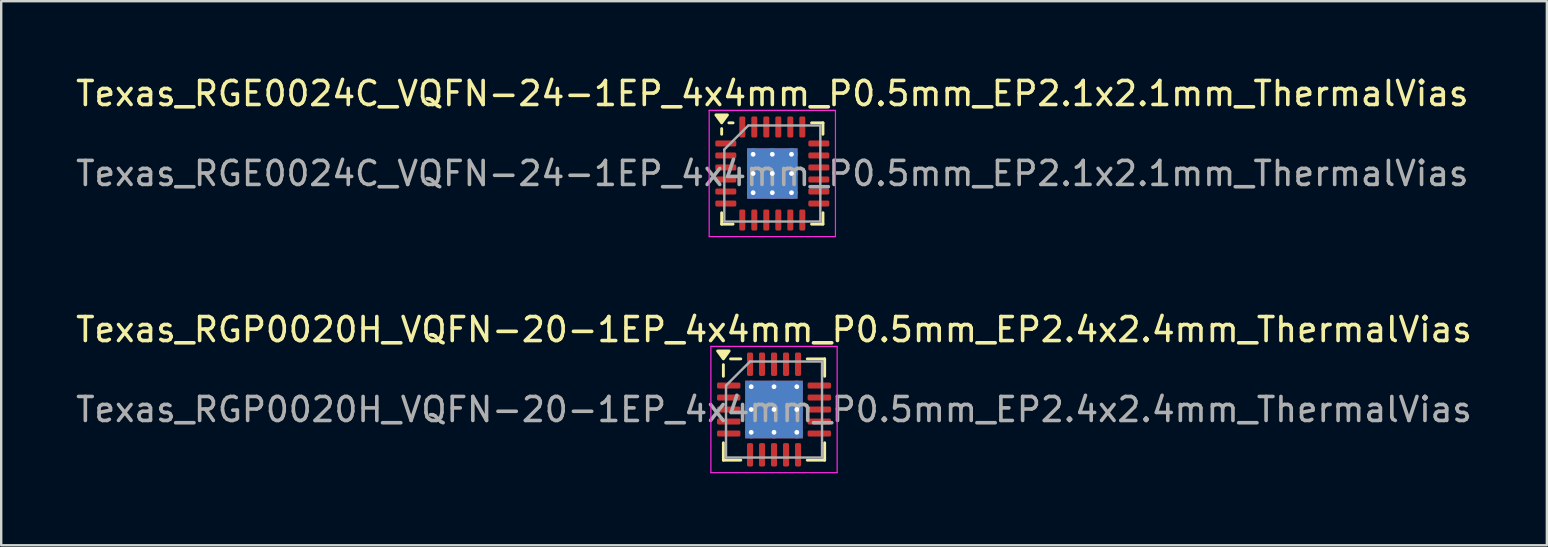
<source format=kicad_pcb>
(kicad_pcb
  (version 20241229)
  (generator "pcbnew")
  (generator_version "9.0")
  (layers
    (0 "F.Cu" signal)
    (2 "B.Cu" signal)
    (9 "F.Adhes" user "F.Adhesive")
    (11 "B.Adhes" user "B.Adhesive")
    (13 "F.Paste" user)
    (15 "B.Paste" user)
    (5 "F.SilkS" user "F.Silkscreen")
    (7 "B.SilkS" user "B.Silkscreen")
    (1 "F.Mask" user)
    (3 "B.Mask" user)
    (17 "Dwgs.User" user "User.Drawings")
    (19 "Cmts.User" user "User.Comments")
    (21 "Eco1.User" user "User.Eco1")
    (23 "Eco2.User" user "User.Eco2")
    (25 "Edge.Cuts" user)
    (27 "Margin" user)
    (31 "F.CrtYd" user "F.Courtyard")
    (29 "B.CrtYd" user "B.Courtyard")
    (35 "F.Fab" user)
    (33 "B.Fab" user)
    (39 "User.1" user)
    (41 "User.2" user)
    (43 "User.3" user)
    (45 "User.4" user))
  (footprint "Texas_RGP0020H_VQFN-20-1EP_4x4mm_P0.5mm_EP2.4x2.4mm_ThermalVias"
    (layer "F.Cu")
    (at 29.196 14.011)
    (property "Reference" "Texas_RGP0020H_VQFN-20-1EP_4x4mm_P0.5mm_EP2.4x2.4mm_ThermalVias" (at 0 -3.33 0) (layer "F.SilkS") (effects (font (size 1 1) (thickness 0.15))))
    (attr smd)
    (fp_line (start -2.11 -1.385) (end -2.11 -1.87) (stroke (width 0.12) (type solid)) (layer "F.SilkS"))
    (fp_line (start -2.11 2.11) (end -2.11 1.385) (stroke (width 0.12) (type solid)) (layer "F.SilkS"))
    (fp_line (start -1.385 -2.11) (end -1.81 -2.11) (stroke (width 0.12) (type solid)) (layer "F.SilkS"))
    (fp_line (start -1.385 2.11) (end -2.11 2.11) (stroke (width 0.12) (type solid)) (layer "F.SilkS"))
    (fp_line (start 1.385 -2.11) (end 2.11 -2.11) (stroke (width 0.12) (type solid)) (layer "F.SilkS"))
    (fp_line (start 1.385 2.11) (end 2.11 2.11) (stroke (width 0.12) (type solid)) (layer "F.SilkS"))
    (fp_line (start 2.11 -2.11) (end 2.11 -1.385) (stroke (width 0.12) (type solid)) (layer "F.SilkS"))
    (fp_line (start 2.11 2.11) (end 2.11 1.385) (stroke (width 0.12) (type solid)) (layer "F.SilkS"))
    (fp_poly (pts (xy -2.11 -2.11) (xy -2.35 -2.44) (xy -1.87 -2.44) (xy -2.11 -2.11)) (stroke (width 0.12) (type solid)) (fill yes) (layer "F.SilkS"))
    (fp_line (start -2.63 -2.63) (end -2.63 2.63) (stroke (width 0.05) (type solid)) (layer "F.CrtYd"))
    (fp_line (start -2.63 2.63) (end 2.63 2.63) (stroke (width 0.05) (type solid)) (layer "F.CrtYd"))
    (fp_line (start 2.63 -2.63) (end -2.63 -2.63) (stroke (width 0.05) (type solid)) (layer "F.CrtYd"))
    (fp_line (start 2.63 2.63) (end 2.63 -2.63) (stroke (width 0.05) (type solid)) (layer "F.CrtYd"))
    (fp_line (start -2 -1) (end -1 -2) (stroke (width 0.1) (type solid)) (layer "F.Fab"))
    (fp_line (start -2 2) (end -2 -1) (stroke (width 0.1) (type solid)) (layer "F.Fab"))
    (fp_line (start -1 -2) (end 2 -2) (stroke (width 0.1) (type solid)) (layer "F.Fab"))
    (fp_line (start 2 -2) (end 2 2) (stroke (width 0.1) (type solid)) (layer "F.Fab"))
    (fp_line (start 2 2) (end -2 2) (stroke (width 0.1) (type solid)) (layer "F.Fab"))
    (fp_text user "${REFERENCE}" (at 0 0 0) (layer "F.Fab") (effects (font (size 1 1) (thickness 0.15))))
    (pad "" smd custom (at -0.475 -0.475) (size 0.72 0.72) (layers "F.Paste") (options (anchor circle)) (primitives (gr_poly (pts (xy -0.296 -0.19) (xy -0.19 -0.296) (xy 0.19 -0.296) (xy 0.296 -0.19) (xy 0.296 0.19) (xy 0.19 0.296) (xy -0.19 0.296) (xy -0.296 0.19)) (width 0.256) (fill yes))))
    (pad "" smd custom (at -0.475 0.475) (size 0.72 0.72) (layers "F.Paste") (options (anchor circle)) (primitives (gr_poly (pts (xy -0.296 -0.19) (xy -0.19 -0.296) (xy 0.19 -0.296) (xy 0.296 -0.19) (xy 0.296 0.19) (xy 0.19 0.296) (xy -0.19 0.296) (xy -0.296 0.19)) (width 0.256) (fill yes))))
    (pad "" smd custom (at 0.475 -0.475) (size 0.72 0.72) (layers "F.Paste") (options (anchor circle)) (primitives (gr_poly (pts (xy -0.296 -0.19) (xy -0.19 -0.296) (xy 0.19 -0.296) (xy 0.296 -0.19) (xy 0.296 0.19) (xy 0.19 0.296) (xy -0.19 0.296) (xy -0.296 0.19)) (width 0.256) (fill yes))))
    (pad "" smd custom (at 0.475 0.475) (size 0.72 0.72) (layers "F.Paste") (options (anchor circle)) (primitives (gr_poly (pts (xy -0.296 -0.19) (xy -0.19 -0.296) (xy 0.19 -0.296) (xy 0.296 -0.19) (xy 0.296 0.19) (xy 0.19 0.296) (xy -0.19 0.296) (xy -0.296 0.19)) (width 0.256) (fill yes))))
    (pad "1" smd roundrect (at -1.887 -1) (size 0.975 0.25) (layers "F.Cu" "F.Mask" "F.Paste") (roundrect_rratio 0.25))
    (pad "2" smd roundrect (at -1.887 -0.5) (size 0.975 0.25) (layers "F.Cu" "F.Mask" "F.Paste") (roundrect_rratio 0.25))
    (pad "3" smd roundrect (at -1.887 0) (size 0.975 0.25) (layers "F.Cu" "F.Mask" "F.Paste") (roundrect_rratio 0.25))
    (pad "4" smd roundrect (at -1.887 0.5) (size 0.975 0.25) (layers "F.Cu" "F.Mask" "F.Paste") (roundrect_rratio 0.25))
    (pad "5" smd roundrect (at -1.887 1) (size 0.975 0.25) (layers "F.Cu" "F.Mask" "F.Paste") (roundrect_rratio 0.25))
    (pad "6" smd roundrect (at -1 1.887) (size 0.25 0.975) (layers "F.Cu" "F.Mask" "F.Paste") (roundrect_rratio 0.25))
    (pad "7" smd roundrect (at -0.5 1.887) (size 0.25 0.975) (layers "F.Cu" "F.Mask" "F.Paste") (roundrect_rratio 0.25))
    (pad "8" smd roundrect (at 0 1.887) (size 0.25 0.975) (layers "F.Cu" "F.Mask" "F.Paste") (roundrect_rratio 0.25))
    (pad "9" smd roundrect (at 0.5 1.887) (size 0.25 0.975) (layers "F.Cu" "F.Mask" "F.Paste") (roundrect_rratio 0.25))
    (pad "10" smd roundrect (at 1 1.887) (size 0.25 0.975) (layers "F.Cu" "F.Mask" "F.Paste") (roundrect_rratio 0.25))
    (pad "11" smd roundrect (at 1.887 1) (size 0.975 0.25) (layers "F.Cu" "F.Mask" "F.Paste") (roundrect_rratio 0.25))
    (pad "12" smd roundrect (at 1.887 0.5) (size 0.975 0.25) (layers "F.Cu" "F.Mask" "F.Paste") (roundrect_rratio 0.25))
    (pad "13" smd roundrect (at 1.887 0) (size 0.975 0.25) (layers "F.Cu" "F.Mask" "F.Paste") (roundrect_rratio 0.25))
    (pad "14" smd roundrect (at 1.887 -0.5) (size 0.975 0.25) (layers "F.Cu" "F.Mask" "F.Paste") (roundrect_rratio 0.25))
    (pad "15" smd roundrect (at 1.887 -1) (size 0.975 0.25) (layers "F.Cu" "F.Mask" "F.Paste") (roundrect_rratio 0.25))
    (pad "16" smd roundrect (at 1 -1.887) (size 0.25 0.975) (layers "F.Cu" "F.Mask" "F.Paste") (roundrect_rratio 0.25))
    (pad "17" smd roundrect (at 0.5 -1.887) (size 0.25 0.975) (layers "F.Cu" "F.Mask" "F.Paste") (roundrect_rratio 0.25))
    (pad "18" smd roundrect (at 0 -1.887) (size 0.25 0.975) (layers "F.Cu" "F.Mask" "F.Paste") (roundrect_rratio 0.25))
    (pad "19" smd roundrect (at -0.5 -1.887) (size 0.25 0.975) (layers "F.Cu" "F.Mask" "F.Paste") (roundrect_rratio 0.25))
    (pad "20" smd roundrect (at -1 -1.887) (size 0.25 0.975) (layers "F.Cu" "F.Mask" "F.Paste") (roundrect_rratio 0.25))
    (pad "21" thru_hole circle (at -0.95 -0.95) (size 0.5 0.5) (drill 0.2) (property pad_prop_heatsink) (layers "*.Cu"))
    (pad "21" thru_hole circle (at -0.95 0) (size 0.5 0.5) (drill 0.2) (property pad_prop_heatsink) (layers "*.Cu"))
    (pad "21" thru_hole circle (at -0.95 0.95) (size 0.5 0.5) (drill 0.2) (property pad_prop_heatsink) (layers "*.Cu"))
    (pad "21" thru_hole circle (at 0 -0.95) (size 0.5 0.5) (drill 0.2) (property pad_prop_heatsink) (layers "*.Cu"))
    (pad "21" thru_hole circle (at 0 0) (size 0.5 0.5) (drill 0.2) (property pad_prop_heatsink) (layers "*.Cu"))
    (pad "21" smd rect (at 0 0) (size 2.4 2.4) (property pad_prop_heatsink) (layers "F.Cu" "F.Mask"))
    (pad "21" smd rect (at 0 0) (size 2.4 2.4) (property pad_prop_heatsink) (layers "B.Cu"))
    (pad "21" thru_hole circle (at 0 0.95) (size 0.5 0.5) (drill 0.2) (property pad_prop_heatsink) (layers "*.Cu"))
    (pad "21" thru_hole circle (at 0.95 -0.95) (size 0.5 0.5) (drill 0.2) (property pad_prop_heatsink) (layers "*.Cu"))
    (pad "21" thru_hole circle (at 0.95 0) (size 0.5 0.5) (drill 0.2) (property pad_prop_heatsink) (layers "*.Cu"))
    (pad "21" thru_hole circle (at 0.95 0.95) (size 0.5 0.5) (drill 0.2) (property pad_prop_heatsink) (layers "*.Cu")))
  (footprint "Texas_RGE0024C_VQFN-24-1EP_4x4mm_P0.5mm_EP2.1x2.1mm_ThermalVias"
    (layer "F.Cu")
    (at 29.125 4.178)
    (property "Reference" "Texas_RGE0024C_VQFN-24-1EP_4x4mm_P0.5mm_EP2.1x2.1mm_ThermalVias" (at 0 -3.33 0) (layer "F.SilkS") (effects (font (size 1 1) (thickness 0.15))))
    (attr smd)
    (fp_line (start -2.11 -1.635) (end -2.11 -1.87) (stroke (width 0.12) (type solid)) (layer "F.SilkS"))
    (fp_line (start -2.11 2.11) (end -2.11 1.635) (stroke (width 0.12) (type solid)) (layer "F.SilkS"))
    (fp_line (start -1.635 -2.11) (end -1.81 -2.11) (stroke (width 0.12) (type solid)) (layer "F.SilkS"))
    (fp_line (start -1.635 2.11) (end -2.11 2.11) (stroke (width 0.12) (type solid)) (layer "F.SilkS"))
    (fp_line (start 1.635 -2.11) (end 2.11 -2.11) (stroke (width 0.12) (type solid)) (layer "F.SilkS"))
    (fp_line (start 1.635 2.11) (end 2.11 2.11) (stroke (width 0.12) (type solid)) (layer "F.SilkS"))
    (fp_line (start 2.11 -2.11) (end 2.11 -1.635) (stroke (width 0.12) (type solid)) (layer "F.SilkS"))
    (fp_line (start 2.11 2.11) (end 2.11 1.635) (stroke (width 0.12) (type solid)) (layer "F.SilkS"))
    (fp_poly (pts (xy -2.11 -2.11) (xy -2.35 -2.44) (xy -1.87 -2.44) (xy -2.11 -2.11)) (stroke (width 0.12) (type solid)) (fill yes) (layer "F.SilkS"))
    (fp_line (start -2.63 -2.63) (end -2.63 2.63) (stroke (width 0.05) (type solid)) (layer "F.CrtYd"))
    (fp_line (start -2.63 2.63) (end 2.63 2.63) (stroke (width 0.05) (type solid)) (layer "F.CrtYd"))
    (fp_line (start 2.63 -2.63) (end -2.63 -2.63) (stroke (width 0.05) (type solid)) (layer "F.CrtYd"))
    (fp_line (start 2.63 2.63) (end 2.63 -2.63) (stroke (width 0.05) (type solid)) (layer "F.CrtYd"))
    (fp_line (start -2 -1) (end -1 -2) (stroke (width 0.1) (type solid)) (layer "F.Fab"))
    (fp_line (start -2 2) (end -2 -1) (stroke (width 0.1) (type solid)) (layer "F.Fab"))
    (fp_line (start -1 -2) (end 2 -2) (stroke (width 0.1) (type solid)) (layer "F.Fab"))
    (fp_line (start 2 -2) (end 2 2) (stroke (width 0.1) (type solid)) (layer "F.Fab"))
    (fp_line (start 2 2) (end -2 2) (stroke (width 0.1) (type solid)) (layer "F.Fab"))
    (fp_text user "${REFERENCE}" (at 0 0 0) (layer "F.Fab") (effects (font (size 1 1) (thickness 0.15))))
    (pad "" smd roundrect (at -0.525 -0.525) (size 0.85 0.85) (layers "F.Paste") (roundrect_rratio 0.25))
    (pad "" smd roundrect (at -0.525 0.525) (size 0.85 0.85) (layers "F.Paste") (roundrect_rratio 0.25))
    (pad "" smd roundrect (at 0.525 -0.525) (size 0.85 0.85) (layers "F.Paste") (roundrect_rratio 0.25))
    (pad "" smd roundrect (at 0.525 0.525) (size 0.85 0.85) (layers "F.Paste") (roundrect_rratio 0.25))
    (pad "1" smd roundrect (at -1.938 -1.25) (size 0.875 0.25) (layers "F.Cu" "F.Mask" "F.Paste") (roundrect_rratio 0.25))
    (pad "2" smd roundrect (at -1.938 -0.75) (size 0.875 0.25) (layers "F.Cu" "F.Mask" "F.Paste") (roundrect_rratio 0.25))
    (pad "3" smd roundrect (at -1.938 -0.25) (size 0.875 0.25) (layers "F.Cu" "F.Mask" "F.Paste") (roundrect_rratio 0.25))
    (pad "4" smd roundrect (at -1.938 0.25) (size 0.875 0.25) (layers "F.Cu" "F.Mask" "F.Paste") (roundrect_rratio 0.25))
    (pad "5" smd roundrect (at -1.938 0.75) (size 0.875 0.25) (layers "F.Cu" "F.Mask" "F.Paste") (roundrect_rratio 0.25))
    (pad "6" smd roundrect (at -1.938 1.25) (size 0.875 0.25) (layers "F.Cu" "F.Mask" "F.Paste") (roundrect_rratio 0.25))
    (pad "7" smd roundrect (at -1.25 1.938) (size 0.25 0.875) (layers "F.Cu" "F.Mask" "F.Paste") (roundrect_rratio 0.25))
    (pad "8" smd roundrect (at -0.75 1.938) (size 0.25 0.875) (layers "F.Cu" "F.Mask" "F.Paste") (roundrect_rratio 0.25))
    (pad "9" smd roundrect (at -0.25 1.938) (size 0.25 0.875) (layers "F.Cu" "F.Mask" "F.Paste") (roundrect_rratio 0.25))
    (pad "10" smd roundrect (at 0.25 1.938) (size 0.25 0.875) (layers "F.Cu" "F.Mask" "F.Paste") (roundrect_rratio 0.25))
    (pad "11" smd roundrect (at 0.75 1.938) (size 0.25 0.875) (layers "F.Cu" "F.Mask" "F.Paste") (roundrect_rratio 0.25))
    (pad "12" smd roundrect (at 1.25 1.938) (size 0.25 0.875) (layers "F.Cu" "F.Mask" "F.Paste") (roundrect_rratio 0.25))
    (pad "13" smd roundrect (at 1.938 1.25) (size 0.875 0.25) (layers "F.Cu" "F.Mask" "F.Paste") (roundrect_rratio 0.25))
    (pad "14" smd roundrect (at 1.938 0.75) (size 0.875 0.25) (layers "F.Cu" "F.Mask" "F.Paste") (roundrect_rratio 0.25))
    (pad "15" smd roundrect (at 1.938 0.25) (size 0.875 0.25) (layers "F.Cu" "F.Mask" "F.Paste") (roundrect_rratio 0.25))
    (pad "16" smd roundrect (at 1.938 -0.25) (size 0.875 0.25) (layers "F.Cu" "F.Mask" "F.Paste") (roundrect_rratio 0.25))
    (pad "17" smd roundrect (at 1.938 -0.75) (size 0.875 0.25) (layers "F.Cu" "F.Mask" "F.Paste") (roundrect_rratio 0.25))
    (pad "18" smd roundrect (at 1.938 -1.25) (size 0.875 0.25) (layers "F.Cu" "F.Mask" "F.Paste") (roundrect_rratio 0.25))
    (pad "19" smd roundrect (at 1.25 -1.938) (size 0.25 0.875) (layers "F.Cu" "F.Mask" "F.Paste") (roundrect_rratio 0.25))
    (pad "20" smd roundrect (at 0.75 -1.938) (size 0.25 0.875) (layers "F.Cu" "F.Mask" "F.Paste") (roundrect_rratio 0.25))
    (pad "21" smd roundrect (at 0.25 -1.938) (size 0.25 0.875) (layers "F.Cu" "F.Mask" "F.Paste") (roundrect_rratio 0.25))
    (pad "22" smd roundrect (at -0.25 -1.938) (size 0.25 0.875) (layers "F.Cu" "F.Mask" "F.Paste") (roundrect_rratio 0.25))
    (pad "23" smd roundrect (at -0.75 -1.938) (size 0.25 0.875) (layers "F.Cu" "F.Mask" "F.Paste") (roundrect_rratio 0.25))
    (pad "24" smd roundrect (at -1.25 -1.938) (size 0.25 0.875) (layers "F.Cu" "F.Mask" "F.Paste") (roundrect_rratio 0.25))
    (pad "25" thru_hole circle (at -0.8 -0.8) (size 0.5 0.5) (drill 0.2) (property pad_prop_heatsink) (layers "*.Cu"))
    (pad "25" thru_hole circle (at -0.8 0) (size 0.5 0.5) (drill 0.2) (property pad_prop_heatsink) (layers "*.Cu"))
    (pad "25" thru_hole circle (at -0.8 0.8) (size 0.5 0.5) (drill 0.2) (property pad_prop_heatsink) (layers "*.Cu"))
    (pad "25" thru_hole circle (at 0 -0.8) (size 0.5 0.5) (drill 0.2) (property pad_prop_heatsink) (layers "*.Cu"))
    (pad "25" thru_hole circle (at 0 0) (size 0.5 0.5) (drill 0.2) (property pad_prop_heatsink) (layers "*.Cu"))
    (pad "25" smd rect (at 0 0) (size 2.1 2.1) (property pad_prop_heatsink) (layers "F.Cu" "F.Mask"))
    (pad "25" smd rect (at 0 0) (size 2.1 2.1) (property pad_prop_heatsink) (layers "B.Cu"))
    (pad "25" thru_hole circle (at 0 0.8) (size 0.5 0.5) (drill 0.2) (property pad_prop_heatsink) (layers "*.Cu"))
    (pad "25" thru_hole circle (at 0.8 -0.8) (size 0.5 0.5) (drill 0.2) (property pad_prop_heatsink) (layers "*.Cu"))
    (pad "25" thru_hole circle (at 0.8 0) (size 0.5 0.5) (drill 0.2) (property pad_prop_heatsink) (layers "*.Cu"))
    (pad "25" thru_hole circle (at 0.8 0.8) (size 0.5 0.5) (drill 0.2) (property pad_prop_heatsink) (layers "*.Cu")))
  (gr_rect
    (start -3 -3)
    (end 61.393 19.666)
    (stroke (width 0.1) (type default))
    (fill no)
    (layer "Edge.Cuts")))
</source>
